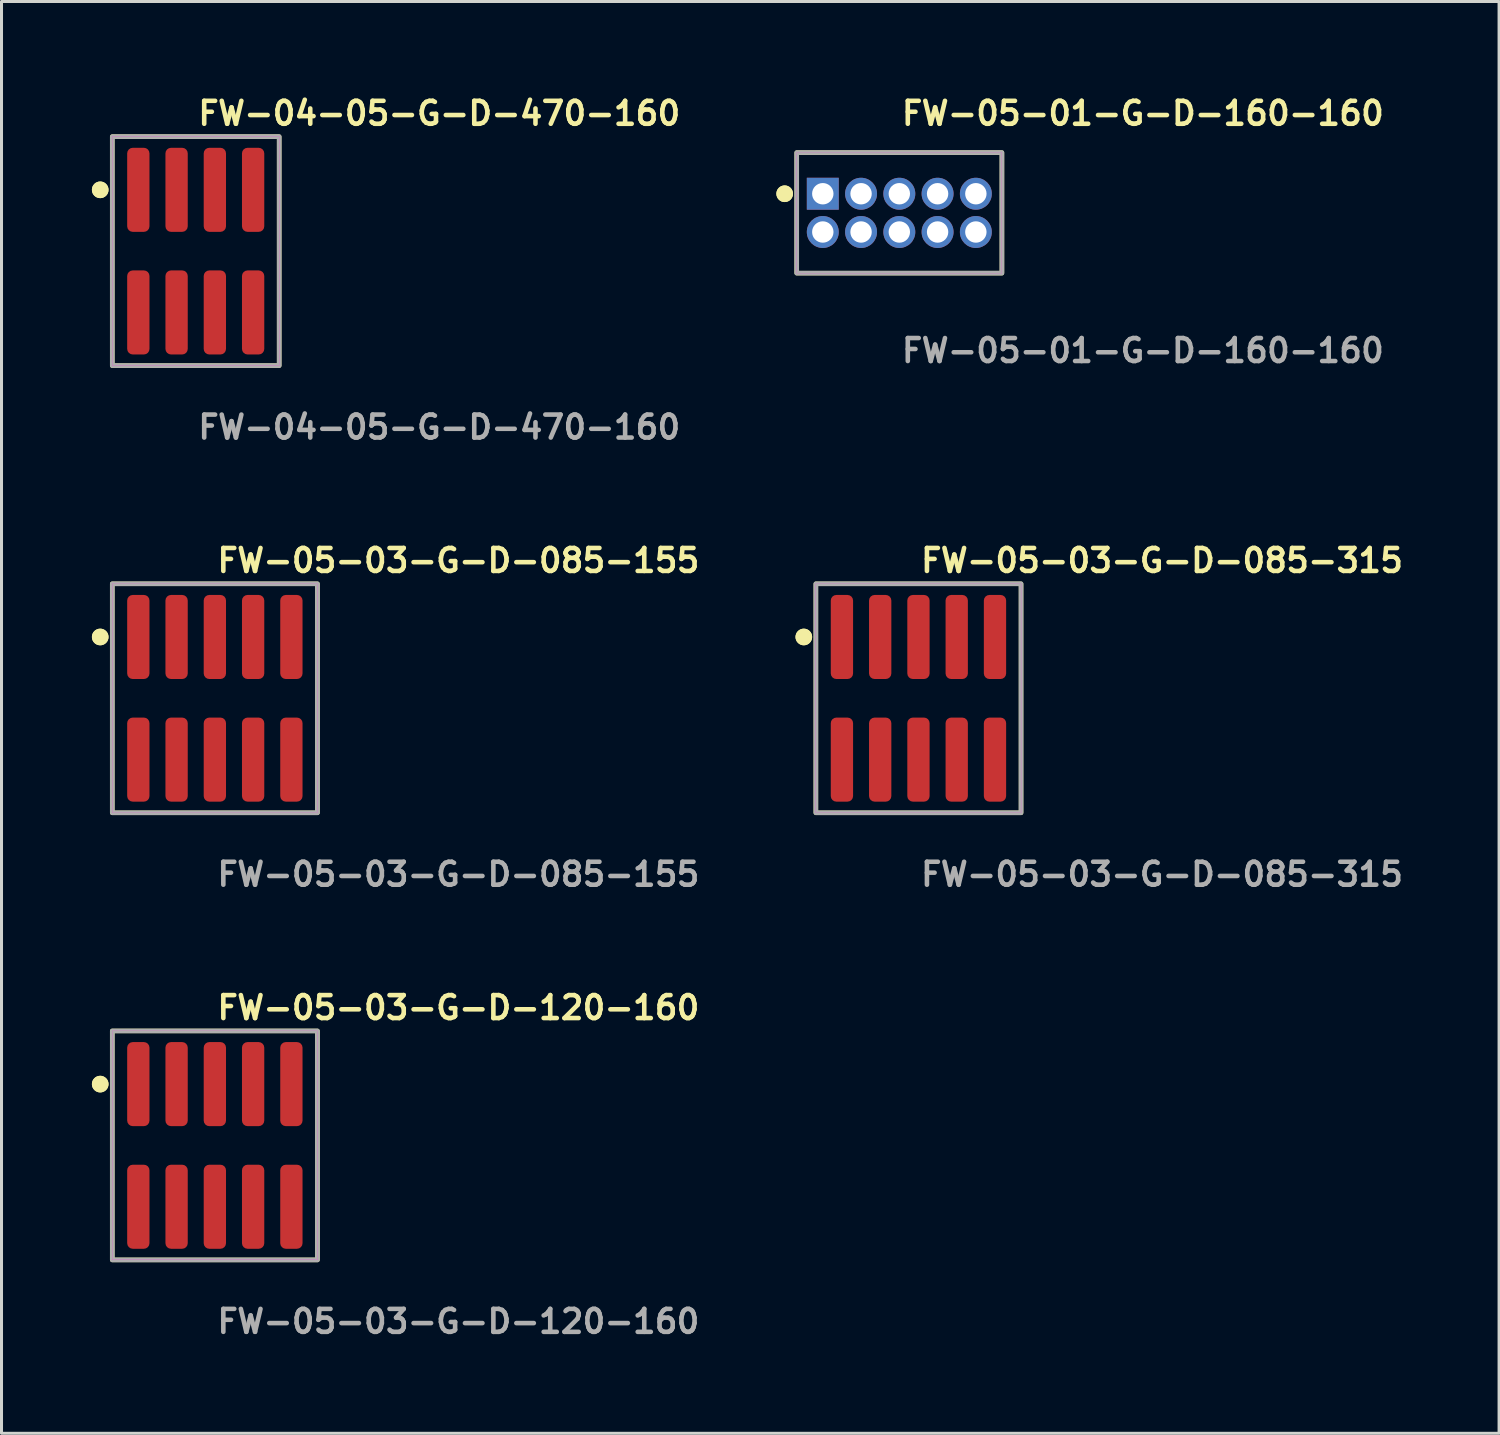
<source format=kicad_pcb>
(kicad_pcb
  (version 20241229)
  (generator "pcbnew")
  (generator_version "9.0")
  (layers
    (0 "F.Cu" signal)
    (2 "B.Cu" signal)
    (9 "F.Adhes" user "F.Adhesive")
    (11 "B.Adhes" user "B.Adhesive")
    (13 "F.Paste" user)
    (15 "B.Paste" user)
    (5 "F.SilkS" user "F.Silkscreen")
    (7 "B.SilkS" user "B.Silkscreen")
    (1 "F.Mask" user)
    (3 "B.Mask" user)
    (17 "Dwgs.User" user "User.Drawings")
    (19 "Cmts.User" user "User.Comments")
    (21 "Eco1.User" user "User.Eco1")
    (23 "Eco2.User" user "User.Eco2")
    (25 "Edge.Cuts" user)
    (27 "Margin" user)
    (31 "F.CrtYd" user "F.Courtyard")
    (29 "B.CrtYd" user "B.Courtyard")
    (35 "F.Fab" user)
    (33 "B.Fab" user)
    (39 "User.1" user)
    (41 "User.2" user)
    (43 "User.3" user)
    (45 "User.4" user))
  (footprint "FW-05-01-G-D-160-160"
    (layer "F.Cu")
    (at 26.798 4.015)
    (property "Reference" "FW-05-01-G-D-160-160" (at 0 -3.302 0) (unlocked yes) (layer "F.SilkS") (effects (font (size 0.762 0.762) (thickness 0.152)) (justify left)))
    (fp_rect (start -3.405 2) (end 3.405 -2) (stroke (width 0.152) (type solid)) (fill no) (layer "F.SilkS"))
    (fp_circle (center -3.805 -0.635) (end -4.005 -0.635) (stroke (width 0.152) (type solid)) (fill yes) (layer "F.SilkS"))
    (fp_circle (center -3.805 -0.635) (end -4.005 -0.635) (stroke (width 0.152) (type solid)) (fill yes) (layer "F.SilkS"))
    (fp_rect (start -3.405 2) (end 3.405 -2) (stroke (width 0.006) (type solid)) (fill no) (layer "F.CrtYd"))
    (fp_rect (start -3.405 2) (end 3.405 -2) (stroke (width 0.152) (type solid)) (fill no) (layer "F.Fab"))
    (fp_text user "${REFERENCE}" (at 0 4.572 0) (unlocked yes) (layer "F.Fab") (effects (font (size 0.762 0.762) (thickness 0.152)) (justify left)))
    (pad "1" thru_hole rect (at -2.54 -0.635) (size 1.06 1.06) (drill 0.71) (layers "*.Cu" "*.Mask"))
    (pad "2" thru_hole circle (at -2.54 0.635) (size 1.06 1.06) (drill 0.71) (layers "*.Cu" "*.Mask"))
    (pad "3" thru_hole circle (at -1.27 -0.635) (size 1.06 1.06) (drill 0.71) (layers "*.Cu" "*.Mask"))
    (pad "4" thru_hole circle (at -1.27 0.635) (size 1.06 1.06) (drill 0.71) (layers "*.Cu" "*.Mask"))
    (pad "5" thru_hole circle (at 0 -0.635) (size 1.06 1.06) (drill 0.71) (layers "*.Cu" "*.Mask"))
    (pad "6" thru_hole circle (at 0 0.635) (size 1.06 1.06) (drill 0.71) (layers "*.Cu" "*.Mask"))
    (pad "7" thru_hole circle (at 1.27 -0.635) (size 1.06 1.06) (drill 0.71) (layers "*.Cu" "*.Mask"))
    (pad "8" thru_hole circle (at 1.27 0.635) (size 1.06 1.06) (drill 0.71) (layers "*.Cu" "*.Mask"))
    (pad "9" thru_hole circle (at 2.54 -0.635) (size 1.06 1.06) (drill 0.71) (layers "*.Cu" "*.Mask"))
    (pad "10" thru_hole circle (at 2.54 0.635) (size 1.06 1.06) (drill 0.71) (layers "*.Cu" "*.Mask")))
  (footprint "FW-05-03-G-D-085-155"
    (layer "F.Cu")
    (at 4.081 20.126)
    (property "Reference" "FW-05-03-G-D-085-155" (at 0 -4.572 0) (unlocked yes) (layer "F.SilkS") (effects (font (size 0.762 0.762) (thickness 0.152)) (justify left)))
    (fp_rect (start -3.405 3.8) (end 3.405 -3.8) (stroke (width 0.152) (type solid)) (fill no) (layer "F.SilkS"))
    (fp_circle (center -3.805 -2.035) (end -4.005 -2.035) (stroke (width 0.152) (type solid)) (fill yes) (layer "F.SilkS"))
    (fp_circle (center -3.805 -2.035) (end -4.005 -2.035) (stroke (width 0.152) (type solid)) (fill yes) (layer "F.SilkS"))
    (fp_rect (start -3.405 3.8) (end 3.405 -3.8) (stroke (width 0.006) (type solid)) (fill no) (layer "F.CrtYd"))
    (fp_rect (start -3.405 3.8) (end 3.405 -3.8) (stroke (width 0.152) (type solid)) (fill no) (layer "F.Fab"))
    (fp_text user "${REFERENCE}" (at 0 5.842 0) (unlocked yes) (layer "F.Fab") (effects (font (size 0.762 0.762) (thickness 0.152)) (justify left)))
    (pad "1" smd roundrect (at -2.54 -2.035) (size 0.74 2.79) (layers "F.Cu" "F.Paste") (roundrect_rratio 0.25))
    (pad "2" smd roundrect (at -2.54 2.035) (size 0.74 2.79) (layers "F.Cu" "F.Paste") (roundrect_rratio 0.25))
    (pad "3" smd roundrect (at -1.27 -2.035) (size 0.74 2.79) (layers "F.Cu" "F.Paste") (roundrect_rratio 0.25))
    (pad "4" smd roundrect (at -1.27 2.035) (size 0.74 2.79) (layers "F.Cu" "F.Paste") (roundrect_rratio 0.25))
    (pad "5" smd roundrect (at 0 -2.035) (size 0.74 2.79) (layers "F.Cu" "F.Paste") (roundrect_rratio 0.25))
    (pad "6" smd roundrect (at 0 2.035) (size 0.74 2.79) (layers "F.Cu" "F.Paste") (roundrect_rratio 0.25))
    (pad "7" smd roundrect (at 1.27 -2.035) (size 0.74 2.79) (layers "F.Cu" "F.Paste") (roundrect_rratio 0.25))
    (pad "8" smd roundrect (at 1.27 2.035) (size 0.74 2.79) (layers "F.Cu" "F.Paste") (roundrect_rratio 0.25))
    (pad "9" smd roundrect (at 2.54 -2.035) (size 0.74 2.79) (layers "F.Cu" "F.Paste") (roundrect_rratio 0.25))
    (pad "10" smd roundrect (at 2.54 2.035) (size 0.74 2.79) (layers "F.Cu" "F.Paste") (roundrect_rratio 0.25)))
  (footprint "FW-05-03-G-D-085-315"
    (layer "F.Cu")
    (at 27.433 20.126)
    (property "Reference" "FW-05-03-G-D-085-315" (at 0 -4.572 0) (unlocked yes) (layer "F.SilkS") (effects (font (size 0.762 0.762) (thickness 0.152)) (justify left)))
    (fp_rect (start -3.405 3.8) (end 3.405 -3.8) (stroke (width 0.152) (type solid)) (fill no) (layer "F.SilkS"))
    (fp_circle (center -3.805 -2.035) (end -4.005 -2.035) (stroke (width 0.152) (type solid)) (fill yes) (layer "F.SilkS"))
    (fp_circle (center -3.805 -2.035) (end -4.005 -2.035) (stroke (width 0.152) (type solid)) (fill yes) (layer "F.SilkS"))
    (fp_rect (start -3.405 3.8) (end 3.405 -3.8) (stroke (width 0.006) (type solid)) (fill no) (layer "F.CrtYd"))
    (fp_rect (start -3.405 3.8) (end 3.405 -3.8) (stroke (width 0.152) (type solid)) (fill no) (layer "F.Fab"))
    (fp_text user "${REFERENCE}" (at 0 5.842 0) (unlocked yes) (layer "F.Fab") (effects (font (size 0.762 0.762) (thickness 0.152)) (justify left)))
    (pad "1" smd roundrect (at -2.54 -2.035) (size 0.74 2.79) (layers "F.Cu" "F.Paste") (roundrect_rratio 0.25))
    (pad "2" smd roundrect (at -2.54 2.035) (size 0.74 2.79) (layers "F.Cu" "F.Paste") (roundrect_rratio 0.25))
    (pad "3" smd roundrect (at -1.27 -2.035) (size 0.74 2.79) (layers "F.Cu" "F.Paste") (roundrect_rratio 0.25))
    (pad "4" smd roundrect (at -1.27 2.035) (size 0.74 2.79) (layers "F.Cu" "F.Paste") (roundrect_rratio 0.25))
    (pad "5" smd roundrect (at 0 -2.035) (size 0.74 2.79) (layers "F.Cu" "F.Paste") (roundrect_rratio 0.25))
    (pad "6" smd roundrect (at 0 2.035) (size 0.74 2.79) (layers "F.Cu" "F.Paste") (roundrect_rratio 0.25))
    (pad "7" smd roundrect (at 1.27 -2.035) (size 0.74 2.79) (layers "F.Cu" "F.Paste") (roundrect_rratio 0.25))
    (pad "8" smd roundrect (at 1.27 2.035) (size 0.74 2.79) (layers "F.Cu" "F.Paste") (roundrect_rratio 0.25))
    (pad "9" smd roundrect (at 2.54 -2.035) (size 0.74 2.79) (layers "F.Cu" "F.Paste") (roundrect_rratio 0.25))
    (pad "10" smd roundrect (at 2.54 2.035) (size 0.74 2.79) (layers "F.Cu" "F.Paste") (roundrect_rratio 0.25)))
  (footprint "FW-05-03-G-D-120-160"
    (layer "F.Cu")
    (at 4.081 34.966)
    (property "Reference" "FW-05-03-G-D-120-160" (at 0 -4.572 0) (unlocked yes) (layer "F.SilkS") (effects (font (size 0.762 0.762) (thickness 0.152)) (justify left)))
    (fp_rect (start -3.405 3.8) (end 3.405 -3.8) (stroke (width 0.152) (type solid)) (fill no) (layer "F.SilkS"))
    (fp_circle (center -3.805 -2.035) (end -4.005 -2.035) (stroke (width 0.152) (type solid)) (fill yes) (layer "F.SilkS"))
    (fp_circle (center -3.805 -2.035) (end -4.005 -2.035) (stroke (width 0.152) (type solid)) (fill yes) (layer "F.SilkS"))
    (fp_rect (start -3.405 3.8) (end 3.405 -3.8) (stroke (width 0.006) (type solid)) (fill no) (layer "F.CrtYd"))
    (fp_rect (start -3.405 3.8) (end 3.405 -3.8) (stroke (width 0.152) (type solid)) (fill no) (layer "F.Fab"))
    (fp_text user "${REFERENCE}" (at 0 5.842 0) (unlocked yes) (layer "F.Fab") (effects (font (size 0.762 0.762) (thickness 0.152)) (justify left)))
    (pad "1" smd roundrect (at -2.54 -2.035) (size 0.74 2.79) (layers "F.Cu" "F.Paste") (roundrect_rratio 0.25))
    (pad "2" smd roundrect (at -2.54 2.035) (size 0.74 2.79) (layers "F.Cu" "F.Paste") (roundrect_rratio 0.25))
    (pad "3" smd roundrect (at -1.27 -2.035) (size 0.74 2.79) (layers "F.Cu" "F.Paste") (roundrect_rratio 0.25))
    (pad "4" smd roundrect (at -1.27 2.035) (size 0.74 2.79) (layers "F.Cu" "F.Paste") (roundrect_rratio 0.25))
    (pad "5" smd roundrect (at 0 -2.035) (size 0.74 2.79) (layers "F.Cu" "F.Paste") (roundrect_rratio 0.25))
    (pad "6" smd roundrect (at 0 2.035) (size 0.74 2.79) (layers "F.Cu" "F.Paste") (roundrect_rratio 0.25))
    (pad "7" smd roundrect (at 1.27 -2.035) (size 0.74 2.79) (layers "F.Cu" "F.Paste") (roundrect_rratio 0.25))
    (pad "8" smd roundrect (at 1.27 2.035) (size 0.74 2.79) (layers "F.Cu" "F.Paste") (roundrect_rratio 0.25))
    (pad "9" smd roundrect (at 2.54 -2.035) (size 0.74 2.79) (layers "F.Cu" "F.Paste") (roundrect_rratio 0.25))
    (pad "10" smd roundrect (at 2.54 2.035) (size 0.74 2.79) (layers "F.Cu" "F.Paste") (roundrect_rratio 0.25)))
  (footprint "FW-04-05-G-D-470-160"
    (layer "F.Cu")
    (at 3.446 5.285)
    (property "Reference" "FW-04-05-G-D-470-160" (at 0 -4.572 0) (unlocked yes) (layer "F.SilkS") (effects (font (size 0.762 0.762) (thickness 0.152)) (justify left)))
    (fp_rect (start -2.77 3.8) (end 2.77 -3.8) (stroke (width 0.152) (type solid)) (fill no) (layer "F.SilkS"))
    (fp_circle (center -3.17 -2.035) (end -3.37 -2.035) (stroke (width 0.152) (type solid)) (fill yes) (layer "F.SilkS"))
    (fp_circle (center -3.17 -2.035) (end -3.37 -2.035) (stroke (width 0.152) (type solid)) (fill yes) (layer "F.SilkS"))
    (fp_rect (start -2.77 3.8) (end 2.77 -3.8) (stroke (width 0.006) (type solid)) (fill no) (layer "F.CrtYd"))
    (fp_rect (start -2.77 3.8) (end 2.77 -3.8) (stroke (width 0.152) (type solid)) (fill no) (layer "F.Fab"))
    (fp_text user "${REFERENCE}" (at 0 5.842 0) (unlocked yes) (layer "F.Fab") (effects (font (size 0.762 0.762) (thickness 0.152)) (justify left)))
    (pad "1" smd roundrect (at -1.905 -2.035) (size 0.74 2.79) (layers "F.Cu" "F.Paste") (roundrect_rratio 0.25))
    (pad "2" smd roundrect (at -1.905 2.035) (size 0.74 2.79) (layers "F.Cu" "F.Paste") (roundrect_rratio 0.25))
    (pad "3" smd roundrect (at -0.635 -2.035) (size 0.74 2.79) (layers "F.Cu" "F.Paste") (roundrect_rratio 0.25))
    (pad "4" smd roundrect (at -0.635 2.035) (size 0.74 2.79) (layers "F.Cu" "F.Paste") (roundrect_rratio 0.25))
    (pad "5" smd roundrect (at 0.635 -2.035) (size 0.74 2.79) (layers "F.Cu" "F.Paste") (roundrect_rratio 0.25))
    (pad "6" smd roundrect (at 0.635 2.035) (size 0.74 2.79) (layers "F.Cu" "F.Paste") (roundrect_rratio 0.25))
    (pad "7" smd roundrect (at 1.905 -2.035) (size 0.74 2.79) (layers "F.Cu" "F.Paste") (roundrect_rratio 0.25))
    (pad "8" smd roundrect (at 1.905 2.035) (size 0.74 2.79) (layers "F.Cu" "F.Paste") (roundrect_rratio 0.25)))
  (gr_rect
    (start -3 -3)
    (end 46.703 44.521)
    (stroke (width 0.1) (type default))
    (fill no)
    (layer "Edge.Cuts")))
</source>
